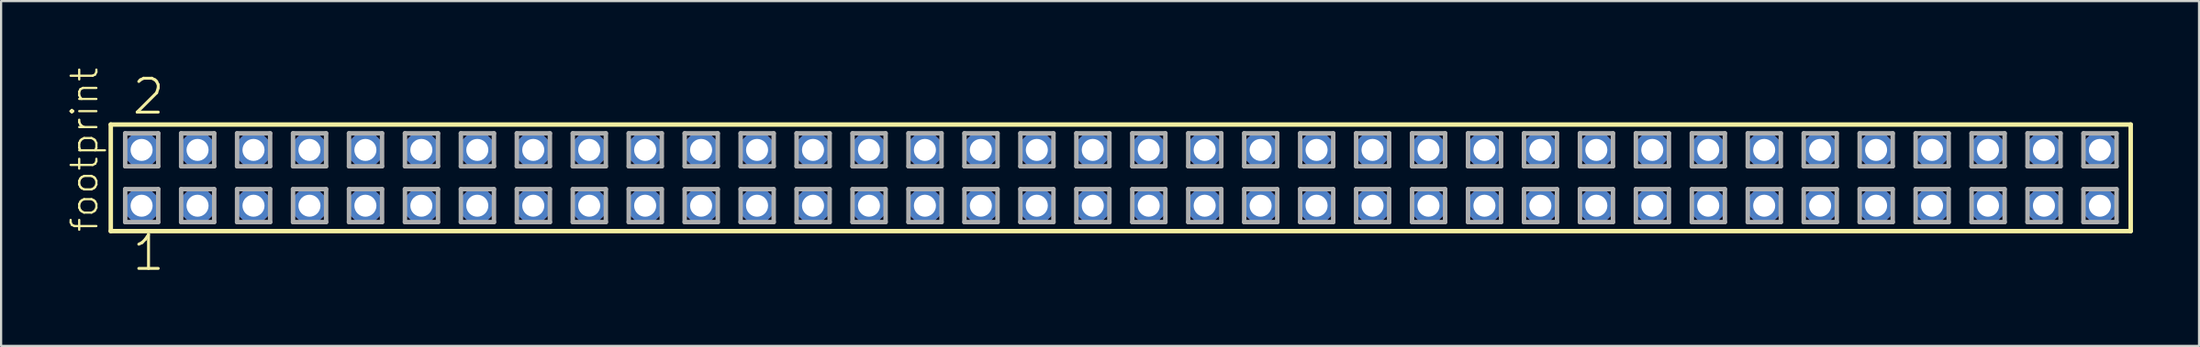
<source format=kicad_pcb>
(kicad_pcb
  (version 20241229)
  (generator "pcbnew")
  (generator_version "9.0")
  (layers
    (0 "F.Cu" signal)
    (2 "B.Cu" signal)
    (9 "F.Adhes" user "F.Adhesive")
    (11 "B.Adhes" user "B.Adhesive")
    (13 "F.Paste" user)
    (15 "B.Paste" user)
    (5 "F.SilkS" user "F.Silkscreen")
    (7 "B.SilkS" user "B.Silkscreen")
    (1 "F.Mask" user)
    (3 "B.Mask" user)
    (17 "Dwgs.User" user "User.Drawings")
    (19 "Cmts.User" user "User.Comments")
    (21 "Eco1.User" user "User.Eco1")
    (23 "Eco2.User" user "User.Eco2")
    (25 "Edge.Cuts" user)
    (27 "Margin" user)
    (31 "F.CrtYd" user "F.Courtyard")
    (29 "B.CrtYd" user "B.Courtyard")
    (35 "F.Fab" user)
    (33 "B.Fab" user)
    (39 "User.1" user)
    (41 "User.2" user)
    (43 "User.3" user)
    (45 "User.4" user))
  (footprint "footprint"
    (layer "F.Cu")
    (at 47.828 5.042)
    (property "Reference" "footprint" (at -46.355 2.54 90) (layer "F.SilkS") (effects (font (size 1.168 1.168) (thickness 0.102)) (justify left bottom)))
    (fp_line (start -45.849 -2.425) (end 45.849 -2.425) (stroke (width 0.203) (type solid)) (layer "F.SilkS"))
    (fp_line (start -45.849 2.425) (end -45.849 -2.425) (stroke (width 0.203) (type solid)) (layer "F.SilkS"))
    (fp_line (start 45.849 -2.425) (end 45.849 2.425) (stroke (width 0.203) (type solid)) (layer "F.SilkS"))
    (fp_line (start 45.849 2.425) (end -45.849 2.425) (stroke (width 0.203) (type solid)) (layer "F.SilkS"))
    (fp_line (start -45.195 -2.025) (end -43.695 -2.025) (stroke (width 0.203) (type solid)) (layer "F.Fab"))
    (fp_line (start -45.195 -0.525) (end -45.195 -2.025) (stroke (width 0.203) (type solid)) (layer "F.Fab"))
    (fp_line (start -45.195 0.515) (end -43.695 0.515) (stroke (width 0.203) (type solid)) (layer "F.Fab"))
    (fp_line (start -45.195 2.015) (end -45.195 0.515) (stroke (width 0.203) (type solid)) (layer "F.Fab"))
    (fp_line (start -43.695 -2.025) (end -43.695 -0.525) (stroke (width 0.203) (type solid)) (layer "F.Fab"))
    (fp_line (start -43.695 -0.525) (end -45.195 -0.525) (stroke (width 0.203) (type solid)) (layer "F.Fab"))
    (fp_line (start -43.695 0.515) (end -43.695 2.015) (stroke (width 0.203) (type solid)) (layer "F.Fab"))
    (fp_line (start -43.695 2.015) (end -45.195 2.015) (stroke (width 0.203) (type solid)) (layer "F.Fab"))
    (fp_line (start -42.655 -2.025) (end -41.155 -2.025) (stroke (width 0.203) (type solid)) (layer "F.Fab"))
    (fp_line (start -42.655 -0.525) (end -42.655 -2.025) (stroke (width 0.203) (type solid)) (layer "F.Fab"))
    (fp_line (start -42.655 0.515) (end -41.155 0.515) (stroke (width 0.203) (type solid)) (layer "F.Fab"))
    (fp_line (start -42.655 2.015) (end -42.655 0.515) (stroke (width 0.203) (type solid)) (layer "F.Fab"))
    (fp_line (start -41.155 -2.025) (end -41.155 -0.525) (stroke (width 0.203) (type solid)) (layer "F.Fab"))
    (fp_line (start -41.155 -0.525) (end -42.655 -0.525) (stroke (width 0.203) (type solid)) (layer "F.Fab"))
    (fp_line (start -41.155 0.515) (end -41.155 2.015) (stroke (width 0.203) (type solid)) (layer "F.Fab"))
    (fp_line (start -41.155 2.015) (end -42.655 2.015) (stroke (width 0.203) (type solid)) (layer "F.Fab"))
    (fp_line (start -40.115 -2.025) (end -38.615 -2.025) (stroke (width 0.203) (type solid)) (layer "F.Fab"))
    (fp_line (start -40.115 -0.525) (end -40.115 -2.025) (stroke (width 0.203) (type solid)) (layer "F.Fab"))
    (fp_line (start -40.115 0.515) (end -38.615 0.515) (stroke (width 0.203) (type solid)) (layer "F.Fab"))
    (fp_line (start -40.115 2.015) (end -40.115 0.515) (stroke (width 0.203) (type solid)) (layer "F.Fab"))
    (fp_line (start -38.615 -2.025) (end -38.615 -0.525) (stroke (width 0.203) (type solid)) (layer "F.Fab"))
    (fp_line (start -38.615 -0.525) (end -40.115 -0.525) (stroke (width 0.203) (type solid)) (layer "F.Fab"))
    (fp_line (start -38.615 0.515) (end -38.615 2.015) (stroke (width 0.203) (type solid)) (layer "F.Fab"))
    (fp_line (start -38.615 2.015) (end -40.115 2.015) (stroke (width 0.203) (type solid)) (layer "F.Fab"))
    (fp_line (start -37.575 -2.025) (end -36.075 -2.025) (stroke (width 0.203) (type solid)) (layer "F.Fab"))
    (fp_line (start -37.575 -0.525) (end -37.575 -2.025) (stroke (width 0.203) (type solid)) (layer "F.Fab"))
    (fp_line (start -37.575 0.515) (end -36.075 0.515) (stroke (width 0.203) (type solid)) (layer "F.Fab"))
    (fp_line (start -37.575 2.015) (end -37.575 0.515) (stroke (width 0.203) (type solid)) (layer "F.Fab"))
    (fp_line (start -36.075 -2.025) (end -36.075 -0.525) (stroke (width 0.203) (type solid)) (layer "F.Fab"))
    (fp_line (start -36.075 -0.525) (end -37.575 -0.525) (stroke (width 0.203) (type solid)) (layer "F.Fab"))
    (fp_line (start -36.075 0.515) (end -36.075 2.015) (stroke (width 0.203) (type solid)) (layer "F.Fab"))
    (fp_line (start -36.075 2.015) (end -37.575 2.015) (stroke (width 0.203) (type solid)) (layer "F.Fab"))
    (fp_line (start -35.035 -2.025) (end -33.535 -2.025) (stroke (width 0.203) (type solid)) (layer "F.Fab"))
    (fp_line (start -35.035 -0.525) (end -35.035 -2.025) (stroke (width 0.203) (type solid)) (layer "F.Fab"))
    (fp_line (start -35.035 0.515) (end -33.535 0.515) (stroke (width 0.203) (type solid)) (layer "F.Fab"))
    (fp_line (start -35.035 2.015) (end -35.035 0.515) (stroke (width 0.203) (type solid)) (layer "F.Fab"))
    (fp_line (start -33.535 -2.025) (end -33.535 -0.525) (stroke (width 0.203) (type solid)) (layer "F.Fab"))
    (fp_line (start -33.535 -0.525) (end -35.035 -0.525) (stroke (width 0.203) (type solid)) (layer "F.Fab"))
    (fp_line (start -33.535 0.515) (end -33.535 2.015) (stroke (width 0.203) (type solid)) (layer "F.Fab"))
    (fp_line (start -33.535 2.015) (end -35.035 2.015) (stroke (width 0.203) (type solid)) (layer "F.Fab"))
    (fp_line (start -32.495 -2.025) (end -30.995 -2.025) (stroke (width 0.203) (type solid)) (layer "F.Fab"))
    (fp_line (start -32.495 -0.525) (end -32.495 -2.025) (stroke (width 0.203) (type solid)) (layer "F.Fab"))
    (fp_line (start -32.495 0.515) (end -30.995 0.515) (stroke (width 0.203) (type solid)) (layer "F.Fab"))
    (fp_line (start -32.495 2.015) (end -32.495 0.515) (stroke (width 0.203) (type solid)) (layer "F.Fab"))
    (fp_line (start -30.995 -2.025) (end -30.995 -0.525) (stroke (width 0.203) (type solid)) (layer "F.Fab"))
    (fp_line (start -30.995 -0.525) (end -32.495 -0.525) (stroke (width 0.203) (type solid)) (layer "F.Fab"))
    (fp_line (start -30.995 0.515) (end -30.995 2.015) (stroke (width 0.203) (type solid)) (layer "F.Fab"))
    (fp_line (start -30.995 2.015) (end -32.495 2.015) (stroke (width 0.203) (type solid)) (layer "F.Fab"))
    (fp_line (start -29.955 -2.025) (end -28.455 -2.025) (stroke (width 0.203) (type solid)) (layer "F.Fab"))
    (fp_line (start -29.955 -0.525) (end -29.955 -2.025) (stroke (width 0.203) (type solid)) (layer "F.Fab"))
    (fp_line (start -29.955 0.515) (end -28.455 0.515) (stroke (width 0.203) (type solid)) (layer "F.Fab"))
    (fp_line (start -29.955 2.015) (end -29.955 0.515) (stroke (width 0.203) (type solid)) (layer "F.Fab"))
    (fp_line (start -28.455 -2.025) (end -28.455 -0.525) (stroke (width 0.203) (type solid)) (layer "F.Fab"))
    (fp_line (start -28.455 -0.525) (end -29.955 -0.525) (stroke (width 0.203) (type solid)) (layer "F.Fab"))
    (fp_line (start -28.455 0.515) (end -28.455 2.015) (stroke (width 0.203) (type solid)) (layer "F.Fab"))
    (fp_line (start -28.455 2.015) (end -29.955 2.015) (stroke (width 0.203) (type solid)) (layer "F.Fab"))
    (fp_line (start -27.415 -2.025) (end -25.915 -2.025) (stroke (width 0.203) (type solid)) (layer "F.Fab"))
    (fp_line (start -27.415 -0.525) (end -27.415 -2.025) (stroke (width 0.203) (type solid)) (layer "F.Fab"))
    (fp_line (start -27.415 0.515) (end -25.915 0.515) (stroke (width 0.203) (type solid)) (layer "F.Fab"))
    (fp_line (start -27.415 2.015) (end -27.415 0.515) (stroke (width 0.203) (type solid)) (layer "F.Fab"))
    (fp_line (start -25.915 -2.025) (end -25.915 -0.525) (stroke (width 0.203) (type solid)) (layer "F.Fab"))
    (fp_line (start -25.915 -0.525) (end -27.415 -0.525) (stroke (width 0.203) (type solid)) (layer "F.Fab"))
    (fp_line (start -25.915 0.515) (end -25.915 2.015) (stroke (width 0.203) (type solid)) (layer "F.Fab"))
    (fp_line (start -25.915 2.015) (end -27.415 2.015) (stroke (width 0.203) (type solid)) (layer "F.Fab"))
    (fp_line (start -24.875 -2.025) (end -23.375 -2.025) (stroke (width 0.203) (type solid)) (layer "F.Fab"))
    (fp_line (start -24.875 -0.525) (end -24.875 -2.025) (stroke (width 0.203) (type solid)) (layer "F.Fab"))
    (fp_line (start -24.875 0.515) (end -23.375 0.515) (stroke (width 0.203) (type solid)) (layer "F.Fab"))
    (fp_line (start -24.875 2.015) (end -24.875 0.515) (stroke (width 0.203) (type solid)) (layer "F.Fab"))
    (fp_line (start -23.375 -2.025) (end -23.375 -0.525) (stroke (width 0.203) (type solid)) (layer "F.Fab"))
    (fp_line (start -23.375 -0.525) (end -24.875 -0.525) (stroke (width 0.203) (type solid)) (layer "F.Fab"))
    (fp_line (start -23.375 0.515) (end -23.375 2.015) (stroke (width 0.203) (type solid)) (layer "F.Fab"))
    (fp_line (start -23.375 2.015) (end -24.875 2.015) (stroke (width 0.203) (type solid)) (layer "F.Fab"))
    (fp_line (start -22.335 -2.025) (end -20.835 -2.025) (stroke (width 0.203) (type solid)) (layer "F.Fab"))
    (fp_line (start -22.335 -0.525) (end -22.335 -2.025) (stroke (width 0.203) (type solid)) (layer "F.Fab"))
    (fp_line (start -22.335 0.515) (end -20.835 0.515) (stroke (width 0.203) (type solid)) (layer "F.Fab"))
    (fp_line (start -22.335 2.015) (end -22.335 0.515) (stroke (width 0.203) (type solid)) (layer "F.Fab"))
    (fp_line (start -20.835 -2.025) (end -20.835 -0.525) (stroke (width 0.203) (type solid)) (layer "F.Fab"))
    (fp_line (start -20.835 -0.525) (end -22.335 -0.525) (stroke (width 0.203) (type solid)) (layer "F.Fab"))
    (fp_line (start -20.835 0.515) (end -20.835 2.015) (stroke (width 0.203) (type solid)) (layer "F.Fab"))
    (fp_line (start -20.835 2.015) (end -22.335 2.015) (stroke (width 0.203) (type solid)) (layer "F.Fab"))
    (fp_line (start -19.795 -2.025) (end -18.295 -2.025) (stroke (width 0.203) (type solid)) (layer "F.Fab"))
    (fp_line (start -19.795 -0.525) (end -19.795 -2.025) (stroke (width 0.203) (type solid)) (layer "F.Fab"))
    (fp_line (start -19.795 0.515) (end -18.295 0.515) (stroke (width 0.203) (type solid)) (layer "F.Fab"))
    (fp_line (start -19.795 2.015) (end -19.795 0.515) (stroke (width 0.203) (type solid)) (layer "F.Fab"))
    (fp_line (start -18.295 -2.025) (end -18.295 -0.525) (stroke (width 0.203) (type solid)) (layer "F.Fab"))
    (fp_line (start -18.295 -0.525) (end -19.795 -0.525) (stroke (width 0.203) (type solid)) (layer "F.Fab"))
    (fp_line (start -18.295 0.515) (end -18.295 2.015) (stroke (width 0.203) (type solid)) (layer "F.Fab"))
    (fp_line (start -18.295 2.015) (end -19.795 2.015) (stroke (width 0.203) (type solid)) (layer "F.Fab"))
    (fp_line (start -17.255 -2.025) (end -15.755 -2.025) (stroke (width 0.203) (type solid)) (layer "F.Fab"))
    (fp_line (start -17.255 -0.525) (end -17.255 -2.025) (stroke (width 0.203) (type solid)) (layer "F.Fab"))
    (fp_line (start -17.255 0.515) (end -15.755 0.515) (stroke (width 0.203) (type solid)) (layer "F.Fab"))
    (fp_line (start -17.255 2.015) (end -17.255 0.515) (stroke (width 0.203) (type solid)) (layer "F.Fab"))
    (fp_line (start -15.755 -2.025) (end -15.755 -0.525) (stroke (width 0.203) (type solid)) (layer "F.Fab"))
    (fp_line (start -15.755 -0.525) (end -17.255 -0.525) (stroke (width 0.203) (type solid)) (layer "F.Fab"))
    (fp_line (start -15.755 0.515) (end -15.755 2.015) (stroke (width 0.203) (type solid)) (layer "F.Fab"))
    (fp_line (start -15.755 2.015) (end -17.255 2.015) (stroke (width 0.203) (type solid)) (layer "F.Fab"))
    (fp_line (start -14.715 -2.025) (end -13.215 -2.025) (stroke (width 0.203) (type solid)) (layer "F.Fab"))
    (fp_line (start -14.715 -0.525) (end -14.715 -2.025) (stroke (width 0.203) (type solid)) (layer "F.Fab"))
    (fp_line (start -14.715 0.515) (end -13.215 0.515) (stroke (width 0.203) (type solid)) (layer "F.Fab"))
    (fp_line (start -14.715 2.015) (end -14.715 0.515) (stroke (width 0.203) (type solid)) (layer "F.Fab"))
    (fp_line (start -13.215 -2.025) (end -13.215 -0.525) (stroke (width 0.203) (type solid)) (layer "F.Fab"))
    (fp_line (start -13.215 -0.525) (end -14.715 -0.525) (stroke (width 0.203) (type solid)) (layer "F.Fab"))
    (fp_line (start -13.215 0.515) (end -13.215 2.015) (stroke (width 0.203) (type solid)) (layer "F.Fab"))
    (fp_line (start -13.215 2.015) (end -14.715 2.015) (stroke (width 0.203) (type solid)) (layer "F.Fab"))
    (fp_line (start -12.175 -2.025) (end -10.675 -2.025) (stroke (width 0.203) (type solid)) (layer "F.Fab"))
    (fp_line (start -12.175 -0.525) (end -12.175 -2.025) (stroke (width 0.203) (type solid)) (layer "F.Fab"))
    (fp_line (start -12.175 0.515) (end -10.675 0.515) (stroke (width 0.203) (type solid)) (layer "F.Fab"))
    (fp_line (start -12.175 2.015) (end -12.175 0.515) (stroke (width 0.203) (type solid)) (layer "F.Fab"))
    (fp_line (start -10.675 -2.025) (end -10.675 -0.525) (stroke (width 0.203) (type solid)) (layer "F.Fab"))
    (fp_line (start -10.675 -0.525) (end -12.175 -0.525) (stroke (width 0.203) (type solid)) (layer "F.Fab"))
    (fp_line (start -10.675 0.515) (end -10.675 2.015) (stroke (width 0.203) (type solid)) (layer "F.Fab"))
    (fp_line (start -10.675 2.015) (end -12.175 2.015) (stroke (width 0.203) (type solid)) (layer "F.Fab"))
    (fp_line (start -9.635 -2.025) (end -8.135 -2.025) (stroke (width 0.203) (type solid)) (layer "F.Fab"))
    (fp_line (start -9.635 -0.525) (end -9.635 -2.025) (stroke (width 0.203) (type solid)) (layer "F.Fab"))
    (fp_line (start -9.635 0.515) (end -8.135 0.515) (stroke (width 0.203) (type solid)) (layer "F.Fab"))
    (fp_line (start -9.635 2.015) (end -9.635 0.515) (stroke (width 0.203) (type solid)) (layer "F.Fab"))
    (fp_line (start -8.135 -2.025) (end -8.135 -0.525) (stroke (width 0.203) (type solid)) (layer "F.Fab"))
    (fp_line (start -8.135 -0.525) (end -9.635 -0.525) (stroke (width 0.203) (type solid)) (layer "F.Fab"))
    (fp_line (start -8.135 0.515) (end -8.135 2.015) (stroke (width 0.203) (type solid)) (layer "F.Fab"))
    (fp_line (start -8.135 2.015) (end -9.635 2.015) (stroke (width 0.203) (type solid)) (layer "F.Fab"))
    (fp_line (start -7.095 -2.025) (end -5.595 -2.025) (stroke (width 0.203) (type solid)) (layer "F.Fab"))
    (fp_line (start -7.095 -0.525) (end -7.095 -2.025) (stroke (width 0.203) (type solid)) (layer "F.Fab"))
    (fp_line (start -7.095 0.515) (end -5.595 0.515) (stroke (width 0.203) (type solid)) (layer "F.Fab"))
    (fp_line (start -7.095 2.015) (end -7.095 0.515) (stroke (width 0.203) (type solid)) (layer "F.Fab"))
    (fp_line (start -5.595 -2.025) (end -5.595 -0.525) (stroke (width 0.203) (type solid)) (layer "F.Fab"))
    (fp_line (start -5.595 -0.525) (end -7.095 -0.525) (stroke (width 0.203) (type solid)) (layer "F.Fab"))
    (fp_line (start -5.595 0.515) (end -5.595 2.015) (stroke (width 0.203) (type solid)) (layer "F.Fab"))
    (fp_line (start -5.595 2.015) (end -7.095 2.015) (stroke (width 0.203) (type solid)) (layer "F.Fab"))
    (fp_line (start -4.555 -2.025) (end -3.055 -2.025) (stroke (width 0.203) (type solid)) (layer "F.Fab"))
    (fp_line (start -4.555 -0.525) (end -4.555 -2.025) (stroke (width 0.203) (type solid)) (layer "F.Fab"))
    (fp_line (start -4.555 0.515) (end -3.055 0.515) (stroke (width 0.203) (type solid)) (layer "F.Fab"))
    (fp_line (start -4.555 2.015) (end -4.555 0.515) (stroke (width 0.203) (type solid)) (layer "F.Fab"))
    (fp_line (start -3.055 -2.025) (end -3.055 -0.525) (stroke (width 0.203) (type solid)) (layer "F.Fab"))
    (fp_line (start -3.055 -0.525) (end -4.555 -0.525) (stroke (width 0.203) (type solid)) (layer "F.Fab"))
    (fp_line (start -3.055 0.515) (end -3.055 2.015) (stroke (width 0.203) (type solid)) (layer "F.Fab"))
    (fp_line (start -3.055 2.015) (end -4.555 2.015) (stroke (width 0.203) (type solid)) (layer "F.Fab"))
    (fp_line (start -2.015 -2.025) (end -0.515 -2.025) (stroke (width 0.203) (type solid)) (layer "F.Fab"))
    (fp_line (start -2.015 -0.525) (end -2.015 -2.025) (stroke (width 0.203) (type solid)) (layer "F.Fab"))
    (fp_line (start -2.015 0.515) (end -0.515 0.515) (stroke (width 0.203) (type solid)) (layer "F.Fab"))
    (fp_line (start -2.015 2.015) (end -2.015 0.515) (stroke (width 0.203) (type solid)) (layer "F.Fab"))
    (fp_line (start -0.515 -2.025) (end -0.515 -0.525) (stroke (width 0.203) (type solid)) (layer "F.Fab"))
    (fp_line (start -0.515 -0.525) (end -2.015 -0.525) (stroke (width 0.203) (type solid)) (layer "F.Fab"))
    (fp_line (start -0.515 0.515) (end -0.515 2.015) (stroke (width 0.203) (type solid)) (layer "F.Fab"))
    (fp_line (start -0.515 2.015) (end -2.015 2.015) (stroke (width 0.203) (type solid)) (layer "F.Fab"))
    (fp_line (start 0.525 -2.025) (end 2.025 -2.025) (stroke (width 0.203) (type solid)) (layer "F.Fab"))
    (fp_line (start 0.525 -0.525) (end 0.525 -2.025) (stroke (width 0.203) (type solid)) (layer "F.Fab"))
    (fp_line (start 0.525 0.515) (end 2.025 0.515) (stroke (width 0.203) (type solid)) (layer "F.Fab"))
    (fp_line (start 0.525 2.015) (end 0.525 0.515) (stroke (width 0.203) (type solid)) (layer "F.Fab"))
    (fp_line (start 2.025 -2.025) (end 2.025 -0.525) (stroke (width 0.203) (type solid)) (layer "F.Fab"))
    (fp_line (start 2.025 -0.525) (end 0.525 -0.525) (stroke (width 0.203) (type solid)) (layer "F.Fab"))
    (fp_line (start 2.025 0.515) (end 2.025 2.015) (stroke (width 0.203) (type solid)) (layer "F.Fab"))
    (fp_line (start 2.025 2.015) (end 0.525 2.015) (stroke (width 0.203) (type solid)) (layer "F.Fab"))
    (fp_line (start 3.065 -2.025) (end 4.565 -2.025) (stroke (width 0.203) (type solid)) (layer "F.Fab"))
    (fp_line (start 3.065 -0.525) (end 3.065 -2.025) (stroke (width 0.203) (type solid)) (layer "F.Fab"))
    (fp_line (start 3.065 0.515) (end 4.565 0.515) (stroke (width 0.203) (type solid)) (layer "F.Fab"))
    (fp_line (start 3.065 2.015) (end 3.065 0.515) (stroke (width 0.203) (type solid)) (layer "F.Fab"))
    (fp_line (start 4.565 -2.025) (end 4.565 -0.525) (stroke (width 0.203) (type solid)) (layer "F.Fab"))
    (fp_line (start 4.565 -0.525) (end 3.065 -0.525) (stroke (width 0.203) (type solid)) (layer "F.Fab"))
    (fp_line (start 4.565 0.515) (end 4.565 2.015) (stroke (width 0.203) (type solid)) (layer "F.Fab"))
    (fp_line (start 4.565 2.015) (end 3.065 2.015) (stroke (width 0.203) (type solid)) (layer "F.Fab"))
    (fp_line (start 5.605 -2.025) (end 7.105 -2.025) (stroke (width 0.203) (type solid)) (layer "F.Fab"))
    (fp_line (start 5.605 -0.525) (end 5.605 -2.025) (stroke (width 0.203) (type solid)) (layer "F.Fab"))
    (fp_line (start 5.605 0.515) (end 7.105 0.515) (stroke (width 0.203) (type solid)) (layer "F.Fab"))
    (fp_line (start 5.605 2.015) (end 5.605 0.515) (stroke (width 0.203) (type solid)) (layer "F.Fab"))
    (fp_line (start 7.105 -2.025) (end 7.105 -0.525) (stroke (width 0.203) (type solid)) (layer "F.Fab"))
    (fp_line (start 7.105 -0.525) (end 5.605 -0.525) (stroke (width 0.203) (type solid)) (layer "F.Fab"))
    (fp_line (start 7.105 0.515) (end 7.105 2.015) (stroke (width 0.203) (type solid)) (layer "F.Fab"))
    (fp_line (start 7.105 2.015) (end 5.605 2.015) (stroke (width 0.203) (type solid)) (layer "F.Fab"))
    (fp_line (start 8.145 -2.025) (end 9.645 -2.025) (stroke (width 0.203) (type solid)) (layer "F.Fab"))
    (fp_line (start 8.145 -0.525) (end 8.145 -2.025) (stroke (width 0.203) (type solid)) (layer "F.Fab"))
    (fp_line (start 8.145 0.515) (end 9.645 0.515) (stroke (width 0.203) (type solid)) (layer "F.Fab"))
    (fp_line (start 8.145 2.015) (end 8.145 0.515) (stroke (width 0.203) (type solid)) (layer "F.Fab"))
    (fp_line (start 9.645 -2.025) (end 9.645 -0.525) (stroke (width 0.203) (type solid)) (layer "F.Fab"))
    (fp_line (start 9.645 -0.525) (end 8.145 -0.525) (stroke (width 0.203) (type solid)) (layer "F.Fab"))
    (fp_line (start 9.645 0.515) (end 9.645 2.015) (stroke (width 0.203) (type solid)) (layer "F.Fab"))
    (fp_line (start 9.645 2.015) (end 8.145 2.015) (stroke (width 0.203) (type solid)) (layer "F.Fab"))
    (fp_line (start 10.685 -2.025) (end 12.185 -2.025) (stroke (width 0.203) (type solid)) (layer "F.Fab"))
    (fp_line (start 10.685 -0.525) (end 10.685 -2.025) (stroke (width 0.203) (type solid)) (layer "F.Fab"))
    (fp_line (start 10.685 0.515) (end 12.185 0.515) (stroke (width 0.203) (type solid)) (layer "F.Fab"))
    (fp_line (start 10.685 2.015) (end 10.685 0.515) (stroke (width 0.203) (type solid)) (layer "F.Fab"))
    (fp_line (start 12.185 -2.025) (end 12.185 -0.525) (stroke (width 0.203) (type solid)) (layer "F.Fab"))
    (fp_line (start 12.185 -0.525) (end 10.685 -0.525) (stroke (width 0.203) (type solid)) (layer "F.Fab"))
    (fp_line (start 12.185 0.515) (end 12.185 2.015) (stroke (width 0.203) (type solid)) (layer "F.Fab"))
    (fp_line (start 12.185 2.015) (end 10.685 2.015) (stroke (width 0.203) (type solid)) (layer "F.Fab"))
    (fp_line (start 13.225 -2.025) (end 14.725 -2.025) (stroke (width 0.203) (type solid)) (layer "F.Fab"))
    (fp_line (start 13.225 -0.525) (end 13.225 -2.025) (stroke (width 0.203) (type solid)) (layer "F.Fab"))
    (fp_line (start 13.225 0.515) (end 14.725 0.515) (stroke (width 0.203) (type solid)) (layer "F.Fab"))
    (fp_line (start 13.225 2.015) (end 13.225 0.515) (stroke (width 0.203) (type solid)) (layer "F.Fab"))
    (fp_line (start 14.725 -2.025) (end 14.725 -0.525) (stroke (width 0.203) (type solid)) (layer "F.Fab"))
    (fp_line (start 14.725 -0.525) (end 13.225 -0.525) (stroke (width 0.203) (type solid)) (layer "F.Fab"))
    (fp_line (start 14.725 0.515) (end 14.725 2.015) (stroke (width 0.203) (type solid)) (layer "F.Fab"))
    (fp_line (start 14.725 2.015) (end 13.225 2.015) (stroke (width 0.203) (type solid)) (layer "F.Fab"))
    (fp_line (start 15.765 -2.025) (end 17.265 -2.025) (stroke (width 0.203) (type solid)) (layer "F.Fab"))
    (fp_line (start 15.765 -0.525) (end 15.765 -2.025) (stroke (width 0.203) (type solid)) (layer "F.Fab"))
    (fp_line (start 15.765 0.515) (end 17.265 0.515) (stroke (width 0.203) (type solid)) (layer "F.Fab"))
    (fp_line (start 15.765 2.015) (end 15.765 0.515) (stroke (width 0.203) (type solid)) (layer "F.Fab"))
    (fp_line (start 17.265 -2.025) (end 17.265 -0.525) (stroke (width 0.203) (type solid)) (layer "F.Fab"))
    (fp_line (start 17.265 -0.525) (end 15.765 -0.525) (stroke (width 0.203) (type solid)) (layer "F.Fab"))
    (fp_line (start 17.265 0.515) (end 17.265 2.015) (stroke (width 0.203) (type solid)) (layer "F.Fab"))
    (fp_line (start 17.265 2.015) (end 15.765 2.015) (stroke (width 0.203) (type solid)) (layer "F.Fab"))
    (fp_line (start 18.305 -2.025) (end 19.805 -2.025) (stroke (width 0.203) (type solid)) (layer "F.Fab"))
    (fp_line (start 18.305 -0.525) (end 18.305 -2.025) (stroke (width 0.203) (type solid)) (layer "F.Fab"))
    (fp_line (start 18.305 0.515) (end 19.805 0.515) (stroke (width 0.203) (type solid)) (layer "F.Fab"))
    (fp_line (start 18.305 2.015) (end 18.305 0.515) (stroke (width 0.203) (type solid)) (layer "F.Fab"))
    (fp_line (start 19.805 -2.025) (end 19.805 -0.525) (stroke (width 0.203) (type solid)) (layer "F.Fab"))
    (fp_line (start 19.805 -0.525) (end 18.305 -0.525) (stroke (width 0.203) (type solid)) (layer "F.Fab"))
    (fp_line (start 19.805 0.515) (end 19.805 2.015) (stroke (width 0.203) (type solid)) (layer "F.Fab"))
    (fp_line (start 19.805 2.015) (end 18.305 2.015) (stroke (width 0.203) (type solid)) (layer "F.Fab"))
    (fp_line (start 20.845 -2.025) (end 22.345 -2.025) (stroke (width 0.203) (type solid)) (layer "F.Fab"))
    (fp_line (start 20.845 -0.525) (end 20.845 -2.025) (stroke (width 0.203) (type solid)) (layer "F.Fab"))
    (fp_line (start 20.845 0.515) (end 22.345 0.515) (stroke (width 0.203) (type solid)) (layer "F.Fab"))
    (fp_line (start 20.845 2.015) (end 20.845 0.515) (stroke (width 0.203) (type solid)) (layer "F.Fab"))
    (fp_line (start 22.345 -2.025) (end 22.345 -0.525) (stroke (width 0.203) (type solid)) (layer "F.Fab"))
    (fp_line (start 22.345 -0.525) (end 20.845 -0.525) (stroke (width 0.203) (type solid)) (layer "F.Fab"))
    (fp_line (start 22.345 0.515) (end 22.345 2.015) (stroke (width 0.203) (type solid)) (layer "F.Fab"))
    (fp_line (start 22.345 2.015) (end 20.845 2.015) (stroke (width 0.203) (type solid)) (layer "F.Fab"))
    (fp_line (start 23.385 -2.025) (end 24.885 -2.025) (stroke (width 0.203) (type solid)) (layer "F.Fab"))
    (fp_line (start 23.385 -0.525) (end 23.385 -2.025) (stroke (width 0.203) (type solid)) (layer "F.Fab"))
    (fp_line (start 23.385 0.515) (end 24.885 0.515) (stroke (width 0.203) (type solid)) (layer "F.Fab"))
    (fp_line (start 23.385 2.015) (end 23.385 0.515) (stroke (width 0.203) (type solid)) (layer "F.Fab"))
    (fp_line (start 24.885 -2.025) (end 24.885 -0.525) (stroke (width 0.203) (type solid)) (layer "F.Fab"))
    (fp_line (start 24.885 -0.525) (end 23.385 -0.525) (stroke (width 0.203) (type solid)) (layer "F.Fab"))
    (fp_line (start 24.885 0.515) (end 24.885 2.015) (stroke (width 0.203) (type solid)) (layer "F.Fab"))
    (fp_line (start 24.885 2.015) (end 23.385 2.015) (stroke (width 0.203) (type solid)) (layer "F.Fab"))
    (fp_line (start 25.925 -2.025) (end 27.425 -2.025) (stroke (width 0.203) (type solid)) (layer "F.Fab"))
    (fp_line (start 25.925 -0.525) (end 25.925 -2.025) (stroke (width 0.203) (type solid)) (layer "F.Fab"))
    (fp_line (start 25.925 0.515) (end 27.425 0.515) (stroke (width 0.203) (type solid)) (layer "F.Fab"))
    (fp_line (start 25.925 2.015) (end 25.925 0.515) (stroke (width 0.203) (type solid)) (layer "F.Fab"))
    (fp_line (start 27.425 -2.025) (end 27.425 -0.525) (stroke (width 0.203) (type solid)) (layer "F.Fab"))
    (fp_line (start 27.425 -0.525) (end 25.925 -0.525) (stroke (width 0.203) (type solid)) (layer "F.Fab"))
    (fp_line (start 27.425 0.515) (end 27.425 2.015) (stroke (width 0.203) (type solid)) (layer "F.Fab"))
    (fp_line (start 27.425 2.015) (end 25.925 2.015) (stroke (width 0.203) (type solid)) (layer "F.Fab"))
    (fp_line (start 28.465 -2.025) (end 29.965 -2.025) (stroke (width 0.203) (type solid)) (layer "F.Fab"))
    (fp_line (start 28.465 -0.525) (end 28.465 -2.025) (stroke (width 0.203) (type solid)) (layer "F.Fab"))
    (fp_line (start 28.465 0.515) (end 29.965 0.515) (stroke (width 0.203) (type solid)) (layer "F.Fab"))
    (fp_line (start 28.465 2.015) (end 28.465 0.515) (stroke (width 0.203) (type solid)) (layer "F.Fab"))
    (fp_line (start 29.965 -2.025) (end 29.965 -0.525) (stroke (width 0.203) (type solid)) (layer "F.Fab"))
    (fp_line (start 29.965 -0.525) (end 28.465 -0.525) (stroke (width 0.203) (type solid)) (layer "F.Fab"))
    (fp_line (start 29.965 0.515) (end 29.965 2.015) (stroke (width 0.203) (type solid)) (layer "F.Fab"))
    (fp_line (start 29.965 2.015) (end 28.465 2.015) (stroke (width 0.203) (type solid)) (layer "F.Fab"))
    (fp_line (start 31.005 -2.025) (end 32.505 -2.025) (stroke (width 0.203) (type solid)) (layer "F.Fab"))
    (fp_line (start 31.005 -0.525) (end 31.005 -2.025) (stroke (width 0.203) (type solid)) (layer "F.Fab"))
    (fp_line (start 31.005 0.515) (end 32.505 0.515) (stroke (width 0.203) (type solid)) (layer "F.Fab"))
    (fp_line (start 31.005 2.015) (end 31.005 0.515) (stroke (width 0.203) (type solid)) (layer "F.Fab"))
    (fp_line (start 32.505 -2.025) (end 32.505 -0.525) (stroke (width 0.203) (type solid)) (layer "F.Fab"))
    (fp_line (start 32.505 -0.525) (end 31.005 -0.525) (stroke (width 0.203) (type solid)) (layer "F.Fab"))
    (fp_line (start 32.505 0.515) (end 32.505 2.015) (stroke (width 0.203) (type solid)) (layer "F.Fab"))
    (fp_line (start 32.505 2.015) (end 31.005 2.015) (stroke (width 0.203) (type solid)) (layer "F.Fab"))
    (fp_line (start 33.545 -2.025) (end 35.045 -2.025) (stroke (width 0.203) (type solid)) (layer "F.Fab"))
    (fp_line (start 33.545 -0.525) (end 33.545 -2.025) (stroke (width 0.203) (type solid)) (layer "F.Fab"))
    (fp_line (start 33.545 0.515) (end 35.045 0.515) (stroke (width 0.203) (type solid)) (layer "F.Fab"))
    (fp_line (start 33.545 2.015) (end 33.545 0.515) (stroke (width 0.203) (type solid)) (layer "F.Fab"))
    (fp_line (start 35.045 -2.025) (end 35.045 -0.525) (stroke (width 0.203) (type solid)) (layer "F.Fab"))
    (fp_line (start 35.045 -0.525) (end 33.545 -0.525) (stroke (width 0.203) (type solid)) (layer "F.Fab"))
    (fp_line (start 35.045 0.515) (end 35.045 2.015) (stroke (width 0.203) (type solid)) (layer "F.Fab"))
    (fp_line (start 35.045 2.015) (end 33.545 2.015) (stroke (width 0.203) (type solid)) (layer "F.Fab"))
    (fp_line (start 36.085 -2.025) (end 37.585 -2.025) (stroke (width 0.203) (type solid)) (layer "F.Fab"))
    (fp_line (start 36.085 -0.525) (end 36.085 -2.025) (stroke (width 0.203) (type solid)) (layer "F.Fab"))
    (fp_line (start 36.085 0.515) (end 37.585 0.515) (stroke (width 0.203) (type solid)) (layer "F.Fab"))
    (fp_line (start 36.085 2.015) (end 36.085 0.515) (stroke (width 0.203) (type solid)) (layer "F.Fab"))
    (fp_line (start 37.585 -2.025) (end 37.585 -0.525) (stroke (width 0.203) (type solid)) (layer "F.Fab"))
    (fp_line (start 37.585 -0.525) (end 36.085 -0.525) (stroke (width 0.203) (type solid)) (layer "F.Fab"))
    (fp_line (start 37.585 0.515) (end 37.585 2.015) (stroke (width 0.203) (type solid)) (layer "F.Fab"))
    (fp_line (start 37.585 2.015) (end 36.085 2.015) (stroke (width 0.203) (type solid)) (layer "F.Fab"))
    (fp_line (start 38.625 -2.025) (end 40.125 -2.025) (stroke (width 0.203) (type solid)) (layer "F.Fab"))
    (fp_line (start 38.625 -0.525) (end 38.625 -2.025) (stroke (width 0.203) (type solid)) (layer "F.Fab"))
    (fp_line (start 38.625 0.515) (end 40.125 0.515) (stroke (width 0.203) (type solid)) (layer "F.Fab"))
    (fp_line (start 38.625 2.015) (end 38.625 0.515) (stroke (width 0.203) (type solid)) (layer "F.Fab"))
    (fp_line (start 40.125 -2.025) (end 40.125 -0.525) (stroke (width 0.203) (type solid)) (layer "F.Fab"))
    (fp_line (start 40.125 -0.525) (end 38.625 -0.525) (stroke (width 0.203) (type solid)) (layer "F.Fab"))
    (fp_line (start 40.125 0.515) (end 40.125 2.015) (stroke (width 0.203) (type solid)) (layer "F.Fab"))
    (fp_line (start 40.125 2.015) (end 38.625 2.015) (stroke (width 0.203) (type solid)) (layer "F.Fab"))
    (fp_line (start 41.165 -2.025) (end 42.665 -2.025) (stroke (width 0.203) (type solid)) (layer "F.Fab"))
    (fp_line (start 41.165 -0.525) (end 41.165 -2.025) (stroke (width 0.203) (type solid)) (layer "F.Fab"))
    (fp_line (start 41.165 0.515) (end 42.665 0.515) (stroke (width 0.203) (type solid)) (layer "F.Fab"))
    (fp_line (start 41.165 2.015) (end 41.165 0.515) (stroke (width 0.203) (type solid)) (layer "F.Fab"))
    (fp_line (start 42.665 -2.025) (end 42.665 -0.525) (stroke (width 0.203) (type solid)) (layer "F.Fab"))
    (fp_line (start 42.665 -0.525) (end 41.165 -0.525) (stroke (width 0.203) (type solid)) (layer "F.Fab"))
    (fp_line (start 42.665 0.515) (end 42.665 2.015) (stroke (width 0.203) (type solid)) (layer "F.Fab"))
    (fp_line (start 42.665 2.015) (end 41.165 2.015) (stroke (width 0.203) (type solid)) (layer "F.Fab"))
    (fp_line (start 43.705 -2.025) (end 45.205 -2.025) (stroke (width 0.203) (type solid)) (layer "F.Fab"))
    (fp_line (start 43.705 -0.525) (end 43.705 -2.025) (stroke (width 0.203) (type solid)) (layer "F.Fab"))
    (fp_line (start 43.705 0.515) (end 45.205 0.515) (stroke (width 0.203) (type solid)) (layer "F.Fab"))
    (fp_line (start 43.705 2.015) (end 43.705 0.515) (stroke (width 0.203) (type solid)) (layer "F.Fab"))
    (fp_line (start 45.205 -2.025) (end 45.205 -0.525) (stroke (width 0.203) (type solid)) (layer "F.Fab"))
    (fp_line (start 45.205 -0.525) (end 43.705 -0.525) (stroke (width 0.203) (type solid)) (layer "F.Fab"))
    (fp_line (start 45.205 0.515) (end 45.205 2.015) (stroke (width 0.203) (type solid)) (layer "F.Fab"))
    (fp_line (start 45.205 2.015) (end 43.705 2.015) (stroke (width 0.203) (type solid)) (layer "F.Fab"))
    (fp_text user "2" (at -44.958 -2.794 0) (layer "F.SilkS") (effects (font (size 1.542 1.542) (thickness 0.134)) (justify left bottom)))
    (fp_text user "1" (at -44.958 4.318 0) (layer "F.SilkS") (effects (font (size 1.542 1.542) (thickness 0.134)) (justify left bottom)))
    (pad "1" thru_hole roundrect (at -44.45 1.27) (size 1.5 1.5) (drill 1) (layers "*.Cu" "*.Mask") (roundrect_rratio 0.25) (chamfer_ratio 0.25) (chamfer top_left top_right bottom_left bottom_right))
    (pad "2" thru_hole roundrect (at -44.45 -1.27) (size 1.5 1.5) (drill 1) (layers "*.Cu" "*.Mask") (roundrect_rratio 0.25) (chamfer_ratio 0.25) (chamfer top_left top_right bottom_left bottom_right))
    (pad "3" thru_hole roundrect (at -41.91 1.27) (size 1.5 1.5) (drill 1) (layers "*.Cu" "*.Mask") (roundrect_rratio 0.25) (chamfer_ratio 0.25) (chamfer top_left top_right bottom_left bottom_right))
    (pad "4" thru_hole roundrect (at -41.91 -1.27) (size 1.5 1.5) (drill 1) (layers "*.Cu" "*.Mask") (roundrect_rratio 0.25) (chamfer_ratio 0.25) (chamfer top_left top_right bottom_left bottom_right))
    (pad "5" thru_hole roundrect (at -39.37 1.27) (size 1.5 1.5) (drill 1) (layers "*.Cu" "*.Mask") (roundrect_rratio 0.25) (chamfer_ratio 0.25) (chamfer top_left top_right bottom_left bottom_right))
    (pad "6" thru_hole roundrect (at -39.37 -1.27) (size 1.5 1.5) (drill 1) (layers "*.Cu" "*.Mask") (roundrect_rratio 0.25) (chamfer_ratio 0.25) (chamfer top_left top_right bottom_left bottom_right))
    (pad "7" thru_hole roundrect (at -36.83 1.27) (size 1.5 1.5) (drill 1) (layers "*.Cu" "*.Mask") (roundrect_rratio 0.25) (chamfer_ratio 0.25) (chamfer top_left top_right bottom_left bottom_right))
    (pad "8" thru_hole roundrect (at -36.83 -1.27) (size 1.5 1.5) (drill 1) (layers "*.Cu" "*.Mask") (roundrect_rratio 0.25) (chamfer_ratio 0.25) (chamfer top_left top_right bottom_left bottom_right))
    (pad "9" thru_hole roundrect (at -34.29 1.27) (size 1.5 1.5) (drill 1) (layers "*.Cu" "*.Mask") (roundrect_rratio 0.25) (chamfer_ratio 0.25) (chamfer top_left top_right bottom_left bottom_right))
    (pad "10" thru_hole roundrect (at -34.29 -1.27) (size 1.5 1.5) (drill 1) (layers "*.Cu" "*.Mask") (roundrect_rratio 0.25) (chamfer_ratio 0.25) (chamfer top_left top_right bottom_left bottom_right))
    (pad "11" thru_hole roundrect (at -31.75 1.27) (size 1.5 1.5) (drill 1) (layers "*.Cu" "*.Mask") (roundrect_rratio 0.25) (chamfer_ratio 0.25) (chamfer top_left top_right bottom_left bottom_right))
    (pad "12" thru_hole roundrect (at -31.75 -1.27) (size 1.5 1.5) (drill 1) (layers "*.Cu" "*.Mask") (roundrect_rratio 0.25) (chamfer_ratio 0.25) (chamfer top_left top_right bottom_left bottom_right))
    (pad "13" thru_hole roundrect (at -29.21 1.27) (size 1.5 1.5) (drill 1) (layers "*.Cu" "*.Mask") (roundrect_rratio 0.25) (chamfer_ratio 0.25) (chamfer top_left top_right bottom_left bottom_right))
    (pad "14" thru_hole roundrect (at -29.21 -1.27) (size 1.5 1.5) (drill 1) (layers "*.Cu" "*.Mask") (roundrect_rratio 0.25) (chamfer_ratio 0.25) (chamfer top_left top_right bottom_left bottom_right))
    (pad "15" thru_hole roundrect (at -26.67 1.27) (size 1.5 1.5) (drill 1) (layers "*.Cu" "*.Mask") (roundrect_rratio 0.25) (chamfer_ratio 0.25) (chamfer top_left top_right bottom_left bottom_right))
    (pad "16" thru_hole roundrect (at -26.67 -1.27) (size 1.5 1.5) (drill 1) (layers "*.Cu" "*.Mask") (roundrect_rratio 0.25) (chamfer_ratio 0.25) (chamfer top_left top_right bottom_left bottom_right))
    (pad "17" thru_hole roundrect (at -24.13 1.27) (size 1.5 1.5) (drill 1) (layers "*.Cu" "*.Mask") (roundrect_rratio 0.25) (chamfer_ratio 0.25) (chamfer top_left top_right bottom_left bottom_right))
    (pad "18" thru_hole roundrect (at -24.13 -1.27) (size 1.5 1.5) (drill 1) (layers "*.Cu" "*.Mask") (roundrect_rratio 0.25) (chamfer_ratio 0.25) (chamfer top_left top_right bottom_left bottom_right))
    (pad "19" thru_hole roundrect (at -21.59 1.27) (size 1.5 1.5) (drill 1) (layers "*.Cu" "*.Mask") (roundrect_rratio 0.25) (chamfer_ratio 0.25) (chamfer top_left top_right bottom_left bottom_right))
    (pad "20" thru_hole roundrect (at -21.59 -1.27) (size 1.5 1.5) (drill 1) (layers "*.Cu" "*.Mask") (roundrect_rratio 0.25) (chamfer_ratio 0.25) (chamfer top_left top_right bottom_left bottom_right))
    (pad "21" thru_hole roundrect (at -19.05 1.27) (size 1.5 1.5) (drill 1) (layers "*.Cu" "*.Mask") (roundrect_rratio 0.25) (chamfer_ratio 0.25) (chamfer top_left top_right bottom_left bottom_right))
    (pad "22" thru_hole roundrect (at -19.05 -1.27) (size 1.5 1.5) (drill 1) (layers "*.Cu" "*.Mask") (roundrect_rratio 0.25) (chamfer_ratio 0.25) (chamfer top_left top_right bottom_left bottom_right))
    (pad "23" thru_hole roundrect (at -16.51 1.27) (size 1.5 1.5) (drill 1) (layers "*.Cu" "*.Mask") (roundrect_rratio 0.25) (chamfer_ratio 0.25) (chamfer top_left top_right bottom_left bottom_right))
    (pad "24" thru_hole roundrect (at -16.51 -1.27) (size 1.5 1.5) (drill 1) (layers "*.Cu" "*.Mask") (roundrect_rratio 0.25) (chamfer_ratio 0.25) (chamfer top_left top_right bottom_left bottom_right))
    (pad "25" thru_hole roundrect (at -13.97 1.27) (size 1.5 1.5) (drill 1) (layers "*.Cu" "*.Mask") (roundrect_rratio 0.25) (chamfer_ratio 0.25) (chamfer top_left top_right bottom_left bottom_right))
    (pad "26" thru_hole roundrect (at -13.97 -1.27) (size 1.5 1.5) (drill 1) (layers "*.Cu" "*.Mask") (roundrect_rratio 0.25) (chamfer_ratio 0.25) (chamfer top_left top_right bottom_left bottom_right))
    (pad "27" thru_hole roundrect (at -11.43 1.27) (size 1.5 1.5) (drill 1) (layers "*.Cu" "*.Mask") (roundrect_rratio 0.25) (chamfer_ratio 0.25) (chamfer top_left top_right bottom_left bottom_right))
    (pad "28" thru_hole roundrect (at -11.43 -1.27) (size 1.5 1.5) (drill 1) (layers "*.Cu" "*.Mask") (roundrect_rratio 0.25) (chamfer_ratio 0.25) (chamfer top_left top_right bottom_left bottom_right))
    (pad "29" thru_hole roundrect (at -8.89 1.27) (size 1.5 1.5) (drill 1) (layers "*.Cu" "*.Mask") (roundrect_rratio 0.25) (chamfer_ratio 0.25) (chamfer top_left top_right bottom_left bottom_right))
    (pad "30" thru_hole roundrect (at -8.89 -1.27) (size 1.5 1.5) (drill 1) (layers "*.Cu" "*.Mask") (roundrect_rratio 0.25) (chamfer_ratio 0.25) (chamfer top_left top_right bottom_left bottom_right))
    (pad "31" thru_hole roundrect (at -6.35 1.27) (size 1.5 1.5) (drill 1) (layers "*.Cu" "*.Mask") (roundrect_rratio 0.25) (chamfer_ratio 0.25) (chamfer top_left top_right bottom_left bottom_right))
    (pad "32" thru_hole roundrect (at -6.35 -1.27) (size 1.5 1.5) (drill 1) (layers "*.Cu" "*.Mask") (roundrect_rratio 0.25) (chamfer_ratio 0.25) (chamfer top_left top_right bottom_left bottom_right))
    (pad "33" thru_hole roundrect (at -3.81 1.27) (size 1.5 1.5) (drill 1) (layers "*.Cu" "*.Mask") (roundrect_rratio 0.25) (chamfer_ratio 0.25) (chamfer top_left top_right bottom_left bottom_right))
    (pad "34" thru_hole roundrect (at -3.81 -1.27) (size 1.5 1.5) (drill 1) (layers "*.Cu" "*.Mask") (roundrect_rratio 0.25) (chamfer_ratio 0.25) (chamfer top_left top_right bottom_left bottom_right))
    (pad "35" thru_hole roundrect (at -1.27 1.27) (size 1.5 1.5) (drill 1) (layers "*.Cu" "*.Mask") (roundrect_rratio 0.25) (chamfer_ratio 0.25) (chamfer top_left top_right bottom_left bottom_right))
    (pad "36" thru_hole roundrect (at -1.27 -1.27) (size 1.5 1.5) (drill 1) (layers "*.Cu" "*.Mask") (roundrect_rratio 0.25) (chamfer_ratio 0.25) (chamfer top_left top_right bottom_left bottom_right))
    (pad "37" thru_hole roundrect (at 1.27 1.27) (size 1.5 1.5) (drill 1) (layers "*.Cu" "*.Mask") (roundrect_rratio 0.25) (chamfer_ratio 0.25) (chamfer top_left top_right bottom_left bottom_right))
    (pad "38" thru_hole roundrect (at 1.27 -1.27) (size 1.5 1.5) (drill 1) (layers "*.Cu" "*.Mask") (roundrect_rratio 0.25) (chamfer_ratio 0.25) (chamfer top_left top_right bottom_left bottom_right))
    (pad "39" thru_hole roundrect (at 3.81 1.27) (size 1.5 1.5) (drill 1) (layers "*.Cu" "*.Mask") (roundrect_rratio 0.25) (chamfer_ratio 0.25) (chamfer top_left top_right bottom_left bottom_right))
    (pad "40" thru_hole roundrect (at 3.81 -1.27) (size 1.5 1.5) (drill 1) (layers "*.Cu" "*.Mask") (roundrect_rratio 0.25) (chamfer_ratio 0.25) (chamfer top_left top_right bottom_left bottom_right))
    (pad "41" thru_hole roundrect (at 6.35 1.27) (size 1.5 1.5) (drill 1) (layers "*.Cu" "*.Mask") (roundrect_rratio 0.25) (chamfer_ratio 0.25) (chamfer top_left top_right bottom_left bottom_right))
    (pad "42" thru_hole roundrect (at 6.35 -1.27) (size 1.5 1.5) (drill 1) (layers "*.Cu" "*.Mask") (roundrect_rratio 0.25) (chamfer_ratio 0.25) (chamfer top_left top_right bottom_left bottom_right))
    (pad "43" thru_hole roundrect (at 8.89 1.27) (size 1.5 1.5) (drill 1) (layers "*.Cu" "*.Mask") (roundrect_rratio 0.25) (chamfer_ratio 0.25) (chamfer top_left top_right bottom_left bottom_right))
    (pad "44" thru_hole roundrect (at 8.89 -1.27) (size 1.5 1.5) (drill 1) (layers "*.Cu" "*.Mask") (roundrect_rratio 0.25) (chamfer_ratio 0.25) (chamfer top_left top_right bottom_left bottom_right))
    (pad "45" thru_hole roundrect (at 11.43 1.27) (size 1.5 1.5) (drill 1) (layers "*.Cu" "*.Mask") (roundrect_rratio 0.25) (chamfer_ratio 0.25) (chamfer top_left top_right bottom_left bottom_right))
    (pad "46" thru_hole roundrect (at 11.43 -1.27) (size 1.5 1.5) (drill 1) (layers "*.Cu" "*.Mask") (roundrect_rratio 0.25) (chamfer_ratio 0.25) (chamfer top_left top_right bottom_left bottom_right))
    (pad "47" thru_hole roundrect (at 13.97 1.27) (size 1.5 1.5) (drill 1) (layers "*.Cu" "*.Mask") (roundrect_rratio 0.25) (chamfer_ratio 0.25) (chamfer top_left top_right bottom_left bottom_right))
    (pad "48" thru_hole roundrect (at 13.97 -1.27) (size 1.5 1.5) (drill 1) (layers "*.Cu" "*.Mask") (roundrect_rratio 0.25) (chamfer_ratio 0.25) (chamfer top_left top_right bottom_left bottom_right))
    (pad "49" thru_hole roundrect (at 16.51 1.27) (size 1.5 1.5) (drill 1) (layers "*.Cu" "*.Mask") (roundrect_rratio 0.25) (chamfer_ratio 0.25) (chamfer top_left top_right bottom_left bottom_right))
    (pad "50" thru_hole roundrect (at 16.51 -1.27) (size 1.5 1.5) (drill 1) (layers "*.Cu" "*.Mask") (roundrect_rratio 0.25) (chamfer_ratio 0.25) (chamfer top_left top_right bottom_left bottom_right))
    (pad "51" thru_hole roundrect (at 19.05 1.27) (size 1.5 1.5) (drill 1) (layers "*.Cu" "*.Mask") (roundrect_rratio 0.25) (chamfer_ratio 0.25) (chamfer top_left top_right bottom_left bottom_right))
    (pad "52" thru_hole roundrect (at 19.05 -1.27) (size 1.5 1.5) (drill 1) (layers "*.Cu" "*.Mask") (roundrect_rratio 0.25) (chamfer_ratio 0.25) (chamfer top_left top_right bottom_left bottom_right))
    (pad "53" thru_hole roundrect (at 21.59 1.27) (size 1.5 1.5) (drill 1) (layers "*.Cu" "*.Mask") (roundrect_rratio 0.25) (chamfer_ratio 0.25) (chamfer top_left top_right bottom_left bottom_right))
    (pad "54" thru_hole roundrect (at 21.59 -1.27) (size 1.5 1.5) (drill 1) (layers "*.Cu" "*.Mask") (roundrect_rratio 0.25) (chamfer_ratio 0.25) (chamfer top_left top_right bottom_left bottom_right))
    (pad "55" thru_hole roundrect (at 24.13 1.27) (size 1.5 1.5) (drill 1) (layers "*.Cu" "*.Mask") (roundrect_rratio 0.25) (chamfer_ratio 0.25) (chamfer top_left top_right bottom_left bottom_right))
    (pad "56" thru_hole roundrect (at 24.13 -1.27) (size 1.5 1.5) (drill 1) (layers "*.Cu" "*.Mask") (roundrect_rratio 0.25) (chamfer_ratio 0.25) (chamfer top_left top_right bottom_left bottom_right))
    (pad "57" thru_hole roundrect (at 26.67 1.27) (size 1.5 1.5) (drill 1) (layers "*.Cu" "*.Mask") (roundrect_rratio 0.25) (chamfer_ratio 0.25) (chamfer top_left top_right bottom_left bottom_right))
    (pad "58" thru_hole roundrect (at 26.67 -1.27) (size 1.5 1.5) (drill 1) (layers "*.Cu" "*.Mask") (roundrect_rratio 0.25) (chamfer_ratio 0.25) (chamfer top_left top_right bottom_left bottom_right))
    (pad "59" thru_hole roundrect (at 29.21 1.27) (size 1.5 1.5) (drill 1) (layers "*.Cu" "*.Mask") (roundrect_rratio 0.25) (chamfer_ratio 0.25) (chamfer top_left top_right bottom_left bottom_right))
    (pad "60" thru_hole roundrect (at 29.21 -1.27) (size 1.5 1.5) (drill 1) (layers "*.Cu" "*.Mask") (roundrect_rratio 0.25) (chamfer_ratio 0.25) (chamfer top_left top_right bottom_left bottom_right))
    (pad "61" thru_hole roundrect (at 31.75 1.27) (size 1.5 1.5) (drill 1) (layers "*.Cu" "*.Mask") (roundrect_rratio 0.25) (chamfer_ratio 0.25) (chamfer top_left top_right bottom_left bottom_right))
    (pad "62" thru_hole roundrect (at 31.75 -1.27) (size 1.5 1.5) (drill 1) (layers "*.Cu" "*.Mask") (roundrect_rratio 0.25) (chamfer_ratio 0.25) (chamfer top_left top_right bottom_left bottom_right))
    (pad "63" thru_hole roundrect (at 34.29 1.27) (size 1.5 1.5) (drill 1) (layers "*.Cu" "*.Mask") (roundrect_rratio 0.25) (chamfer_ratio 0.25) (chamfer top_left top_right bottom_left bottom_right))
    (pad "64" thru_hole roundrect (at 34.29 -1.27) (size 1.5 1.5) (drill 1) (layers "*.Cu" "*.Mask") (roundrect_rratio 0.25) (chamfer_ratio 0.25) (chamfer top_left top_right bottom_left bottom_right))
    (pad "65" thru_hole roundrect (at 36.83 1.27) (size 1.5 1.5) (drill 1) (layers "*.Cu" "*.Mask") (roundrect_rratio 0.25) (chamfer_ratio 0.25) (chamfer top_left top_right bottom_left bottom_right))
    (pad "66" thru_hole roundrect (at 36.83 -1.27) (size 1.5 1.5) (drill 1) (layers "*.Cu" "*.Mask") (roundrect_rratio 0.25) (chamfer_ratio 0.25) (chamfer top_left top_right bottom_left bottom_right))
    (pad "67" thru_hole roundrect (at 39.37 1.27) (size 1.5 1.5) (drill 1) (layers "*.Cu" "*.Mask") (roundrect_rratio 0.25) (chamfer_ratio 0.25) (chamfer top_left top_right bottom_left bottom_right))
    (pad "68" thru_hole roundrect (at 39.37 -1.27) (size 1.5 1.5) (drill 1) (layers "*.Cu" "*.Mask") (roundrect_rratio 0.25) (chamfer_ratio 0.25) (chamfer top_left top_right bottom_left bottom_right))
    (pad "69" thru_hole roundrect (at 41.91 1.27) (size 1.5 1.5) (drill 1) (layers "*.Cu" "*.Mask") (roundrect_rratio 0.25) (chamfer_ratio 0.25) (chamfer top_left top_right bottom_left bottom_right))
    (pad "70" thru_hole roundrect (at 41.91 -1.27) (size 1.5 1.5) (drill 1) (layers "*.Cu" "*.Mask") (roundrect_rratio 0.25) (chamfer_ratio 0.25) (chamfer top_left top_right bottom_left bottom_right))
    (pad "71" thru_hole roundrect (at 44.45 1.27) (size 1.5 1.5) (drill 1) (layers "*.Cu" "*.Mask") (roundrect_rratio 0.25) (chamfer_ratio 0.25) (chamfer top_left top_right bottom_left bottom_right))
    (pad "72" thru_hole roundrect (at 44.45 -1.27) (size 1.5 1.5) (drill 1) (layers "*.Cu" "*.Mask") (roundrect_rratio 0.25) (chamfer_ratio 0.25) (chamfer top_left top_right bottom_left bottom_right)))
  (gr_rect
    (start -3 -3)
    (end 96.779 12.691)
    (stroke (width 0.1) (type default))
    (fill no)
    (layer "Edge.Cuts")))
</source>
